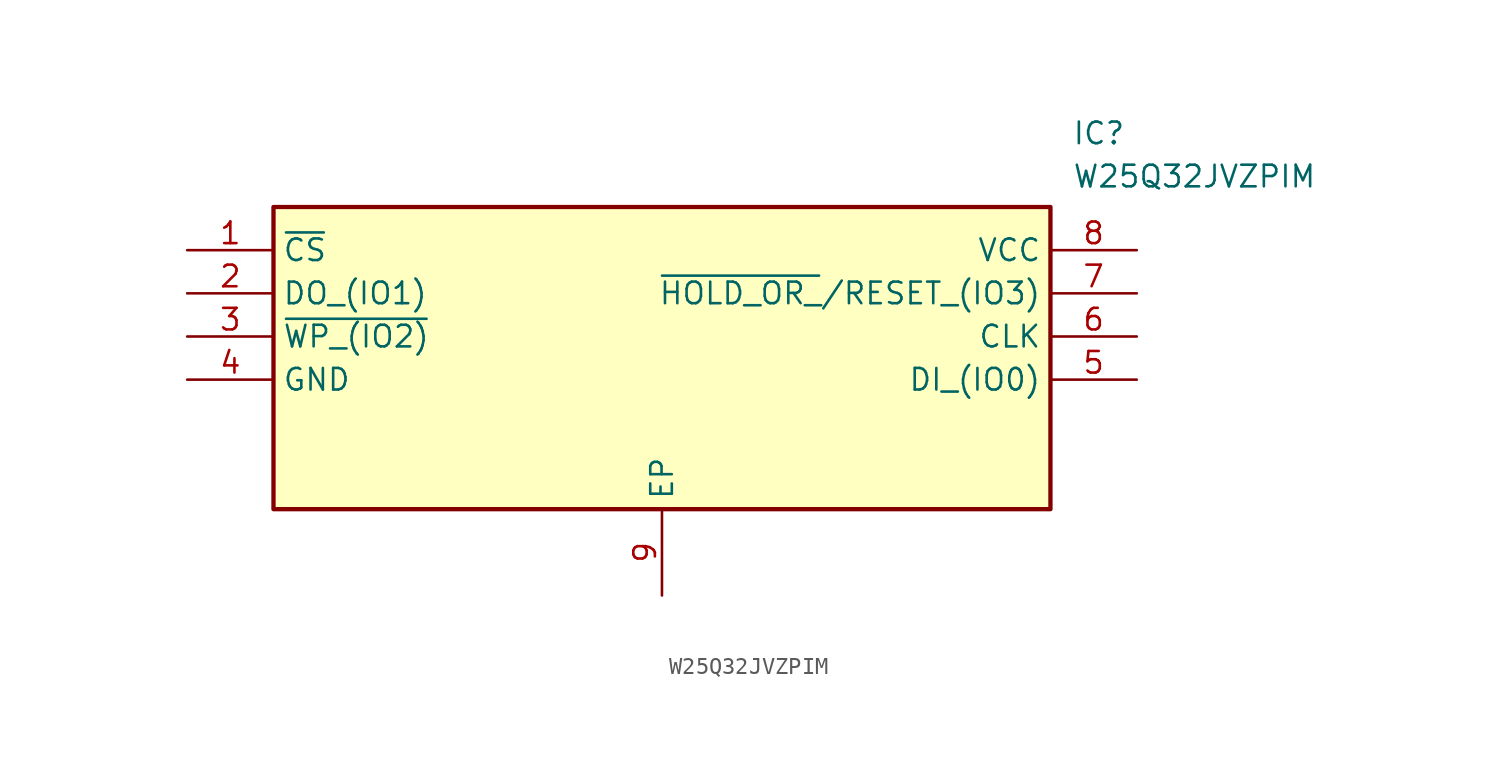
<source format=kicad_sym>
(kicad_symbol_lib
  (version 20211014)
  (generator SamacSys_ECAD_Model)
  (symbol "W25Q32JVZPIM"
    (property "Reference" "IC"
      (at 52.07 7.62 0)
      (effects (font (size 1.27 1.27)) (justify left top)))
    (property "Value" "W25Q32JVZPIM"
      (at 52.07 5.08 0)
      (effects (font (size 1.27 1.27)) (justify left top)))
    (rectangle
      (start 5.08 2.54)
      (end 50.8 -15.24)
      (stroke (width 0.254) (type default))
      (fill (type background)))
    (pin passive line
      (at 0 0 0)
      (length 5.08)
      (name "~{CS}" (effects (font (size 1.27 1.27))))
      (number "1" (effects (font (size 1.27 1.27)))))
    (pin passive line
      (at 0 -2.54 0)
      (length 5.08)
      (name "DO_(IO1)" (effects (font (size 1.27 1.27))))
      (number "2" (effects (font (size 1.27 1.27)))))
    (pin passive line
      (at 0 -5.08 0)
      (length 5.08)
      (name "~{WP_(IO2)}" (effects (font (size 1.27 1.27))))
      (number "3" (effects (font (size 1.27 1.27)))))
    (pin passive line
      (at 0 -7.62 0)
      (length 5.08)
      (name "GND" (effects (font (size 1.27 1.27))))
      (number "4" (effects (font (size 1.27 1.27)))))
    (pin passive line
      (at 27.94 -20.32 90)
      (length 5.08)
      (name "EP" (effects (font (size 1.27 1.27))))
      (number "9" (effects (font (size 1.27 1.27)))))
    (pin passive line
      (at 55.88 0 180)
      (length 5.08)
      (name "VCC" (effects (font (size 1.27 1.27))))
      (number "8" (effects (font (size 1.27 1.27)))))
    (pin passive line
      (at 55.88 -2.54 180)
      (length 5.08)
      (name "~{HOLD_OR_}/RESET_(IO3)" (effects (font (size 1.27 1.27))))
      (number "7" (effects (font (size 1.27 1.27)))))
    (pin passive line
      (at 55.88 -5.08 180)
      (length 5.08)
      (name "CLK" (effects (font (size 1.27 1.27))))
      (number "6" (effects (font (size 1.27 1.27)))))
    (pin passive line
      (at 55.88 -7.62 180)
      (length 5.08)
      (name "DI_(IO0)" (effects (font (size 1.27 1.27))))
      (number "5" (effects (font (size 1.27 1.27)))))))
</source>
